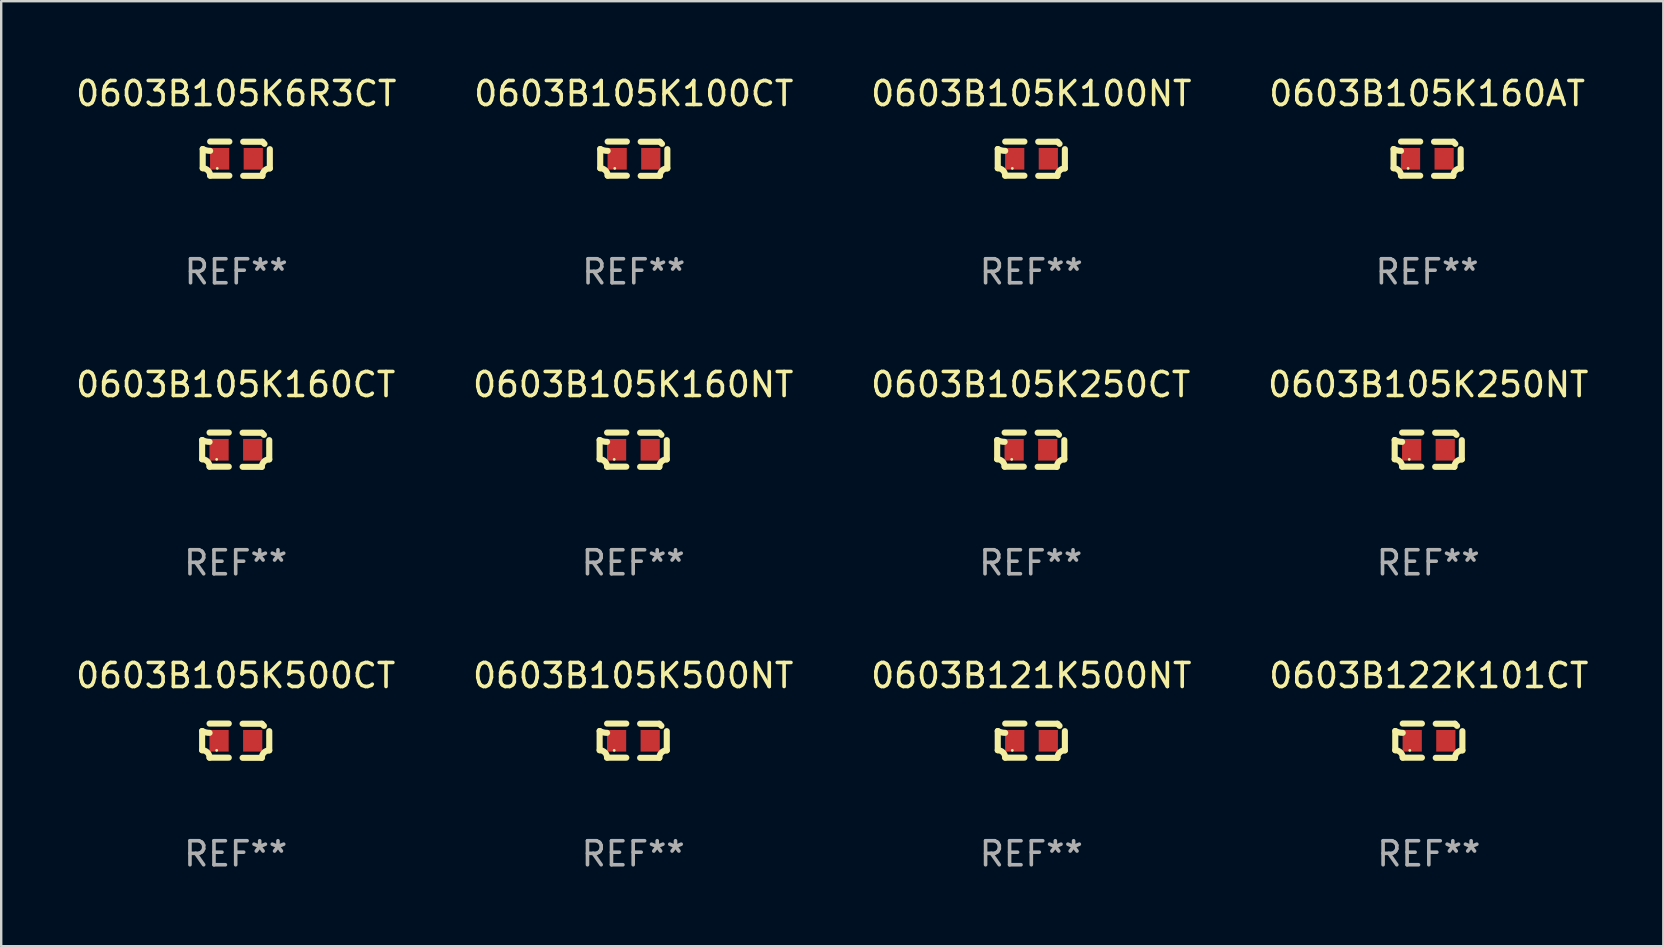
<source format=kicad_pcb>
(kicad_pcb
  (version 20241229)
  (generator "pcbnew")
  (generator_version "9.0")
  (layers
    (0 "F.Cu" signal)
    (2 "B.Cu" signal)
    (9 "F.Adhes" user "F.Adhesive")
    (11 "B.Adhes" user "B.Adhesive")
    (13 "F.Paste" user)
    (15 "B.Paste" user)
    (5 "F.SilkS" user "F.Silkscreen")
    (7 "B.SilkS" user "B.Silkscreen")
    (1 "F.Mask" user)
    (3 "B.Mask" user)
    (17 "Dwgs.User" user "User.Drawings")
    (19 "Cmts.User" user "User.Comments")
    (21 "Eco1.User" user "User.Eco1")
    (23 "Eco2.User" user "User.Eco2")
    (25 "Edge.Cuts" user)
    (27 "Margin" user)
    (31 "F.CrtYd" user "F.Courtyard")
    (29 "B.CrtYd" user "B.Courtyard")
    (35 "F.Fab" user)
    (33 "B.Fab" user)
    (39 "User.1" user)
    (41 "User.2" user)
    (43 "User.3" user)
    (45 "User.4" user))
  (footprint "0603B105K6R3CT"
    (layer "F.Cu")
    (at 6.792 3.561)
    (property "Reference" "0603B105K6R3CT" (at 0 -2.713 0) (layer "F.SilkS") (effects (font (size 1 1) (thickness 0.15))))
    (attr through_hole)
    (fp_line (start -1.398 -0.403) (end -1.398 0.397) (stroke (width 0.254) (type solid)) (layer "F.SilkS"))
    (fp_line (start -0.288 -0.713) (end -1.088 -0.713) (stroke (width 0.254) (type solid)) (layer "F.SilkS"))
    (fp_line (start -0.288 0.707) (end -1.088 0.707) (stroke (width 0.254) (type solid)) (layer "F.SilkS"))
    (fp_line (start 0.288 -0.707) (end 1.088 -0.707) (stroke (width 0.254) (type solid)) (layer "F.SilkS"))
    (fp_line (start 0.288 0.713) (end 1.088 0.713) (stroke (width 0.254) (type solid)) (layer "F.SilkS"))
    (fp_line (start 1.398 -0.397) (end 1.398 0.403) (stroke (width 0.254) (type solid)) (layer "F.SilkS"))
    (fp_arc (start -1.397789 0.397066) (mid -1.178701 0.487826) (end -1.08796 0.706922) (stroke (width 0.254001) (type solid)) (layer "F.SilkS"))
    (fp_arc (start -1.08796 -0.327176) (mid -1.247436 -0.346384) (end -1.39779 -0.402908) (stroke (width 0.254001) (type solid)) (layer "F.SilkS"))
    (fp_arc (start 1.087909 0.712738) (mid 1.178656 0.493655) (end 1.397739 0.402908) (stroke (width 0.254001) (type solid)) (layer "F.SilkS"))
    (fp_arc (start 1.175925 -0.618926) (mid 1.131917 -0.662923) (end 1.08791 -0.706922) (stroke (width 0.254001) (type solid)) (layer "F.SilkS"))
    (fp_circle (center -0.792 0.403) (end -0.762 0.403) (stroke (width 0.06) (type solid)) (fill no) (layer "F.SilkS"))
    (fp_text user "REF**" (at 0 4.713 0) (layer "F.Fab") (effects (font (size 1 1) (thickness 0.15))))
    (pad "1" smd rect (at -0.692 0.003) (size 0.8 0.9) (layers "F.Cu" "F.Mask" "F.Paste"))
    (pad "2" smd rect (at 0.708 0.003) (size 0.8 0.9) (layers "F.Cu" "F.Mask" "F.Paste")))
  (footprint "0603B122K101CT"
    (layer "F.Cu")
    (at 56.47 27.805)
    (property "Reference" "0603B122K101CT" (at 0 -2.713 0) (layer "F.SilkS") (effects (font (size 1 1) (thickness 0.15))))
    (attr through_hole)
    (fp_line (start -1.398 -0.403) (end -1.398 0.397) (stroke (width 0.254) (type solid)) (layer "F.SilkS"))
    (fp_line (start -0.288 -0.713) (end -1.088 -0.713) (stroke (width 0.254) (type solid)) (layer "F.SilkS"))
    (fp_line (start -0.288 0.707) (end -1.088 0.707) (stroke (width 0.254) (type solid)) (layer "F.SilkS"))
    (fp_line (start 0.288 -0.707) (end 1.088 -0.707) (stroke (width 0.254) (type solid)) (layer "F.SilkS"))
    (fp_line (start 0.288 0.713) (end 1.088 0.713) (stroke (width 0.254) (type solid)) (layer "F.SilkS"))
    (fp_line (start 1.398 -0.397) (end 1.398 0.403) (stroke (width 0.254) (type solid)) (layer "F.SilkS"))
    (fp_arc (start -1.397789 0.397066) (mid -1.178701 0.487826) (end -1.08796 0.706922) (stroke (width 0.254001) (type solid)) (layer "F.SilkS"))
    (fp_arc (start -1.08796 -0.327176) (mid -1.247436 -0.346384) (end -1.39779 -0.402908) (stroke (width 0.254001) (type solid)) (layer "F.SilkS"))
    (fp_arc (start 1.087909 0.712738) (mid 1.178656 0.493655) (end 1.397739 0.402908) (stroke (width 0.254001) (type solid)) (layer "F.SilkS"))
    (fp_arc (start 1.175925 -0.618926) (mid 1.131917 -0.662923) (end 1.08791 -0.706922) (stroke (width 0.254001) (type solid)) (layer "F.SilkS"))
    (fp_circle (center -0.792 0.403) (end -0.762 0.403) (stroke (width 0.06) (type solid)) (fill no) (layer "F.SilkS"))
    (fp_text user "REF**" (at 0 4.713 0) (layer "F.Fab") (effects (font (size 1 1) (thickness 0.15))))
    (pad "1" smd rect (at -0.692 0.003) (size 0.8 0.9) (layers "F.Cu" "F.Mask" "F.Paste"))
    (pad "2" smd rect (at 0.708 0.003) (size 0.8 0.9) (layers "F.Cu" "F.Mask" "F.Paste")))
  (footprint "0603B105K250NT"
    (layer "F.Cu")
    (at 56.446 15.683)
    (property "Reference" "0603B105K250NT" (at 0 -2.713 0) (layer "F.SilkS") (effects (font (size 1 1) (thickness 0.15))))
    (attr through_hole)
    (fp_line (start -1.398 -0.403) (end -1.398 0.397) (stroke (width 0.254) (type solid)) (layer "F.SilkS"))
    (fp_line (start -0.288 -0.713) (end -1.088 -0.713) (stroke (width 0.254) (type solid)) (layer "F.SilkS"))
    (fp_line (start -0.288 0.707) (end -1.088 0.707) (stroke (width 0.254) (type solid)) (layer "F.SilkS"))
    (fp_line (start 0.288 -0.707) (end 1.088 -0.707) (stroke (width 0.254) (type solid)) (layer "F.SilkS"))
    (fp_line (start 0.288 0.713) (end 1.088 0.713) (stroke (width 0.254) (type solid)) (layer "F.SilkS"))
    (fp_line (start 1.398 -0.397) (end 1.398 0.403) (stroke (width 0.254) (type solid)) (layer "F.SilkS"))
    (fp_arc (start -1.397789 0.397066) (mid -1.178701 0.487826) (end -1.08796 0.706922) (stroke (width 0.254001) (type solid)) (layer "F.SilkS"))
    (fp_arc (start -1.08796 -0.327176) (mid -1.247436 -0.346384) (end -1.39779 -0.402908) (stroke (width 0.254001) (type solid)) (layer "F.SilkS"))
    (fp_arc (start 1.087909 0.712738) (mid 1.178656 0.493655) (end 1.397739 0.402908) (stroke (width 0.254001) (type solid)) (layer "F.SilkS"))
    (fp_arc (start 1.175925 -0.618926) (mid 1.131917 -0.662923) (end 1.08791 -0.706922) (stroke (width 0.254001) (type solid)) (layer "F.SilkS"))
    (fp_circle (center -0.792 0.403) (end -0.762 0.403) (stroke (width 0.06) (type solid)) (fill no) (layer "F.SilkS"))
    (fp_text user "REF**" (at 0 4.713 0) (layer "F.Fab") (effects (font (size 1 1) (thickness 0.15))))
    (pad "1" smd rect (at -0.692 0.003) (size 0.8 0.9) (layers "F.Cu" "F.Mask" "F.Paste"))
    (pad "2" smd rect (at 0.708 0.003) (size 0.8 0.9) (layers "F.Cu" "F.Mask" "F.Paste")))
  (footprint "0603B105K160AT"
    (layer "F.Cu")
    (at 56.399 3.561)
    (property "Reference" "0603B105K160AT" (at 0 -2.713 0) (layer "F.SilkS") (effects (font (size 1 1) (thickness 0.15))))
    (attr through_hole)
    (fp_line (start -1.398 -0.403) (end -1.398 0.397) (stroke (width 0.254) (type solid)) (layer "F.SilkS"))
    (fp_line (start -0.288 -0.713) (end -1.088 -0.713) (stroke (width 0.254) (type solid)) (layer "F.SilkS"))
    (fp_line (start -0.288 0.707) (end -1.088 0.707) (stroke (width 0.254) (type solid)) (layer "F.SilkS"))
    (fp_line (start 0.288 -0.707) (end 1.088 -0.707) (stroke (width 0.254) (type solid)) (layer "F.SilkS"))
    (fp_line (start 0.288 0.713) (end 1.088 0.713) (stroke (width 0.254) (type solid)) (layer "F.SilkS"))
    (fp_line (start 1.398 -0.397) (end 1.398 0.403) (stroke (width 0.254) (type solid)) (layer "F.SilkS"))
    (fp_arc (start -1.397789 0.397066) (mid -1.178701 0.487826) (end -1.08796 0.706922) (stroke (width 0.254001) (type solid)) (layer "F.SilkS"))
    (fp_arc (start -1.08796 -0.327176) (mid -1.247436 -0.346384) (end -1.39779 -0.402908) (stroke (width 0.254001) (type solid)) (layer "F.SilkS"))
    (fp_arc (start 1.087909 0.712738) (mid 1.178656 0.493655) (end 1.397739 0.402908) (stroke (width 0.254001) (type solid)) (layer "F.SilkS"))
    (fp_arc (start 1.175925 -0.618926) (mid 1.131917 -0.662923) (end 1.08791 -0.706922) (stroke (width 0.254001) (type solid)) (layer "F.SilkS"))
    (fp_circle (center -0.792 0.403) (end -0.762 0.403) (stroke (width 0.06) (type solid)) (fill no) (layer "F.SilkS"))
    (fp_text user "REF**" (at 0 4.713 0) (layer "F.Fab") (effects (font (size 1 1) (thickness 0.15))))
    (pad "1" smd rect (at -0.692 0.003) (size 0.8 0.9) (layers "F.Cu" "F.Mask" "F.Paste"))
    (pad "2" smd rect (at 0.708 0.003) (size 0.8 0.9) (layers "F.Cu" "F.Mask" "F.Paste")))
  (footprint "0603B121K500NT"
    (layer "F.Cu")
    (at 39.911 27.805)
    (property "Reference" "0603B121K500NT" (at 0 -2.713 0) (layer "F.SilkS") (effects (font (size 1 1) (thickness 0.15))))
    (attr through_hole)
    (fp_line (start -1.398 -0.403) (end -1.398 0.397) (stroke (width 0.254) (type solid)) (layer "F.SilkS"))
    (fp_line (start -0.288 -0.713) (end -1.088 -0.713) (stroke (width 0.254) (type solid)) (layer "F.SilkS"))
    (fp_line (start -0.288 0.707) (end -1.088 0.707) (stroke (width 0.254) (type solid)) (layer "F.SilkS"))
    (fp_line (start 0.288 -0.707) (end 1.088 -0.707) (stroke (width 0.254) (type solid)) (layer "F.SilkS"))
    (fp_line (start 0.288 0.713) (end 1.088 0.713) (stroke (width 0.254) (type solid)) (layer "F.SilkS"))
    (fp_line (start 1.398 -0.397) (end 1.398 0.403) (stroke (width 0.254) (type solid)) (layer "F.SilkS"))
    (fp_arc (start -1.397789 0.397066) (mid -1.178701 0.487826) (end -1.08796 0.706922) (stroke (width 0.254001) (type solid)) (layer "F.SilkS"))
    (fp_arc (start -1.08796 -0.327176) (mid -1.247436 -0.346384) (end -1.39779 -0.402908) (stroke (width 0.254001) (type solid)) (layer "F.SilkS"))
    (fp_arc (start 1.087909 0.712738) (mid 1.178656 0.493655) (end 1.397739 0.402908) (stroke (width 0.254001) (type solid)) (layer "F.SilkS"))
    (fp_arc (start 1.175925 -0.618926) (mid 1.131917 -0.662923) (end 1.08791 -0.706922) (stroke (width 0.254001) (type solid)) (layer "F.SilkS"))
    (fp_circle (center -0.792 0.403) (end -0.762 0.403) (stroke (width 0.06) (type solid)) (fill no) (layer "F.SilkS"))
    (fp_text user "REF**" (at 0 4.713 0) (layer "F.Fab") (effects (font (size 1 1) (thickness 0.15))))
    (pad "1" smd rect (at -0.692 0.003) (size 0.8 0.9) (layers "F.Cu" "F.Mask" "F.Paste"))
    (pad "2" smd rect (at 0.708 0.003) (size 0.8 0.9) (layers "F.Cu" "F.Mask" "F.Paste")))
  (footprint "0603B105K160CT"
    (layer "F.Cu")
    (at 6.768 15.683)
    (property "Reference" "0603B105K160CT" (at 0 -2.713 0) (layer "F.SilkS") (effects (font (size 1 1) (thickness 0.15))))
    (attr through_hole)
    (fp_line (start -1.398 -0.403) (end -1.398 0.397) (stroke (width 0.254) (type solid)) (layer "F.SilkS"))
    (fp_line (start -0.288 -0.713) (end -1.088 -0.713) (stroke (width 0.254) (type solid)) (layer "F.SilkS"))
    (fp_line (start -0.288 0.707) (end -1.088 0.707) (stroke (width 0.254) (type solid)) (layer "F.SilkS"))
    (fp_line (start 0.288 -0.707) (end 1.088 -0.707) (stroke (width 0.254) (type solid)) (layer "F.SilkS"))
    (fp_line (start 0.288 0.713) (end 1.088 0.713) (stroke (width 0.254) (type solid)) (layer "F.SilkS"))
    (fp_line (start 1.398 -0.397) (end 1.398 0.403) (stroke (width 0.254) (type solid)) (layer "F.SilkS"))
    (fp_arc (start -1.397789 0.397066) (mid -1.178701 0.487826) (end -1.08796 0.706922) (stroke (width 0.254001) (type solid)) (layer "F.SilkS"))
    (fp_arc (start -1.08796 -0.327176) (mid -1.247436 -0.346384) (end -1.39779 -0.402908) (stroke (width 0.254001) (type solid)) (layer "F.SilkS"))
    (fp_arc (start 1.087909 0.712738) (mid 1.178656 0.493655) (end 1.397739 0.402908) (stroke (width 0.254001) (type solid)) (layer "F.SilkS"))
    (fp_arc (start 1.175925 -0.618926) (mid 1.131917 -0.662923) (end 1.08791 -0.706922) (stroke (width 0.254001) (type solid)) (layer "F.SilkS"))
    (fp_circle (center -0.792 0.403) (end -0.762 0.403) (stroke (width 0.06) (type solid)) (fill no) (layer "F.SilkS"))
    (fp_text user "REF**" (at 0 4.713 0) (layer "F.Fab") (effects (font (size 1 1) (thickness 0.15))))
    (pad "1" smd rect (at -0.692 0.003) (size 0.8 0.9) (layers "F.Cu" "F.Mask" "F.Paste"))
    (pad "2" smd rect (at 0.708 0.003) (size 0.8 0.9) (layers "F.Cu" "F.Mask" "F.Paste")))
  (footprint "0603B105K250CT"
    (layer "F.Cu")
    (at 39.887 15.683)
    (property "Reference" "0603B105K250CT" (at 0 -2.713 0) (layer "F.SilkS") (effects (font (size 1 1) (thickness 0.15))))
    (attr through_hole)
    (fp_line (start -1.398 -0.403) (end -1.398 0.397) (stroke (width 0.254) (type solid)) (layer "F.SilkS"))
    (fp_line (start -0.288 -0.713) (end -1.088 -0.713) (stroke (width 0.254) (type solid)) (layer "F.SilkS"))
    (fp_line (start -0.288 0.707) (end -1.088 0.707) (stroke (width 0.254) (type solid)) (layer "F.SilkS"))
    (fp_line (start 0.288 -0.707) (end 1.088 -0.707) (stroke (width 0.254) (type solid)) (layer "F.SilkS"))
    (fp_line (start 0.288 0.713) (end 1.088 0.713) (stroke (width 0.254) (type solid)) (layer "F.SilkS"))
    (fp_line (start 1.398 -0.397) (end 1.398 0.403) (stroke (width 0.254) (type solid)) (layer "F.SilkS"))
    (fp_arc (start -1.397789 0.397066) (mid -1.178701 0.487826) (end -1.08796 0.706922) (stroke (width 0.254001) (type solid)) (layer "F.SilkS"))
    (fp_arc (start -1.08796 -0.327176) (mid -1.247436 -0.346384) (end -1.39779 -0.402908) (stroke (width 0.254001) (type solid)) (layer "F.SilkS"))
    (fp_arc (start 1.087909 0.712738) (mid 1.178656 0.493655) (end 1.397739 0.402908) (stroke (width 0.254001) (type solid)) (layer "F.SilkS"))
    (fp_arc (start 1.175925 -0.618926) (mid 1.131917 -0.662923) (end 1.08791 -0.706922) (stroke (width 0.254001) (type solid)) (layer "F.SilkS"))
    (fp_circle (center -0.792 0.403) (end -0.762 0.403) (stroke (width 0.06) (type solid)) (fill no) (layer "F.SilkS"))
    (fp_text user "REF**" (at 0 4.713 0) (layer "F.Fab") (effects (font (size 1 1) (thickness 0.15))))
    (pad "1" smd rect (at -0.692 0.003) (size 0.8 0.9) (layers "F.Cu" "F.Mask" "F.Paste"))
    (pad "2" smd rect (at 0.708 0.003) (size 0.8 0.9) (layers "F.Cu" "F.Mask" "F.Paste")))
  (footprint "0603B105K160NT"
    (layer "F.Cu")
    (at 23.327 15.683)
    (property "Reference" "0603B105K160NT" (at 0 -2.713 0) (layer "F.SilkS") (effects (font (size 1 1) (thickness 0.15))))
    (attr through_hole)
    (fp_line (start -1.398 -0.403) (end -1.398 0.397) (stroke (width 0.254) (type solid)) (layer "F.SilkS"))
    (fp_line (start -0.288 -0.713) (end -1.088 -0.713) (stroke (width 0.254) (type solid)) (layer "F.SilkS"))
    (fp_line (start -0.288 0.707) (end -1.088 0.707) (stroke (width 0.254) (type solid)) (layer "F.SilkS"))
    (fp_line (start 0.288 -0.707) (end 1.088 -0.707) (stroke (width 0.254) (type solid)) (layer "F.SilkS"))
    (fp_line (start 0.288 0.713) (end 1.088 0.713) (stroke (width 0.254) (type solid)) (layer "F.SilkS"))
    (fp_line (start 1.398 -0.397) (end 1.398 0.403) (stroke (width 0.254) (type solid)) (layer "F.SilkS"))
    (fp_arc (start -1.397789 0.397066) (mid -1.178701 0.487826) (end -1.08796 0.706922) (stroke (width 0.254001) (type solid)) (layer "F.SilkS"))
    (fp_arc (start -1.08796 -0.327176) (mid -1.247436 -0.346384) (end -1.39779 -0.402908) (stroke (width 0.254001) (type solid)) (layer "F.SilkS"))
    (fp_arc (start 1.087909 0.712738) (mid 1.178656 0.493655) (end 1.397739 0.402908) (stroke (width 0.254001) (type solid)) (layer "F.SilkS"))
    (fp_arc (start 1.175925 -0.618926) (mid 1.131917 -0.662923) (end 1.08791 -0.706922) (stroke (width 0.254001) (type solid)) (layer "F.SilkS"))
    (fp_circle (center -0.792 0.403) (end -0.762 0.403) (stroke (width 0.06) (type solid)) (fill no) (layer "F.SilkS"))
    (fp_text user "REF**" (at 0 4.713 0) (layer "F.Fab") (effects (font (size 1 1) (thickness 0.15))))
    (pad "1" smd rect (at -0.692 0.003) (size 0.8 0.9) (layers "F.Cu" "F.Mask" "F.Paste"))
    (pad "2" smd rect (at 0.708 0.003) (size 0.8 0.9) (layers "F.Cu" "F.Mask" "F.Paste")))
  (footprint "0603B105K100NT"
    (layer "F.Cu")
    (at 39.911 3.561)
    (property "Reference" "0603B105K100NT" (at 0 -2.713 0) (layer "F.SilkS") (effects (font (size 1 1) (thickness 0.15))))
    (attr through_hole)
    (fp_line (start -1.398 -0.403) (end -1.398 0.397) (stroke (width 0.254) (type solid)) (layer "F.SilkS"))
    (fp_line (start -0.288 -0.713) (end -1.088 -0.713) (stroke (width 0.254) (type solid)) (layer "F.SilkS"))
    (fp_line (start -0.288 0.707) (end -1.088 0.707) (stroke (width 0.254) (type solid)) (layer "F.SilkS"))
    (fp_line (start 0.288 -0.707) (end 1.088 -0.707) (stroke (width 0.254) (type solid)) (layer "F.SilkS"))
    (fp_line (start 0.288 0.713) (end 1.088 0.713) (stroke (width 0.254) (type solid)) (layer "F.SilkS"))
    (fp_line (start 1.398 -0.397) (end 1.398 0.403) (stroke (width 0.254) (type solid)) (layer "F.SilkS"))
    (fp_arc (start -1.397789 0.397066) (mid -1.178701 0.487826) (end -1.08796 0.706922) (stroke (width 0.254001) (type solid)) (layer "F.SilkS"))
    (fp_arc (start -1.08796 -0.327176) (mid -1.247436 -0.346384) (end -1.39779 -0.402908) (stroke (width 0.254001) (type solid)) (layer "F.SilkS"))
    (fp_arc (start 1.087909 0.712738) (mid 1.178656 0.493655) (end 1.397739 0.402908) (stroke (width 0.254001) (type solid)) (layer "F.SilkS"))
    (fp_arc (start 1.175925 -0.618926) (mid 1.131917 -0.662923) (end 1.08791 -0.706922) (stroke (width 0.254001) (type solid)) (layer "F.SilkS"))
    (fp_circle (center -0.792 0.403) (end -0.762 0.403) (stroke (width 0.06) (type solid)) (fill no) (layer "F.SilkS"))
    (fp_text user "REF**" (at 0 4.713 0) (layer "F.Fab") (effects (font (size 1 1) (thickness 0.15))))
    (pad "1" smd rect (at -0.692 0.003) (size 0.8 0.9) (layers "F.Cu" "F.Mask" "F.Paste"))
    (pad "2" smd rect (at 0.708 0.003) (size 0.8 0.9) (layers "F.Cu" "F.Mask" "F.Paste")))
  (footprint "0603B105K100CT"
    (layer "F.Cu")
    (at 23.351 3.561)
    (property "Reference" "0603B105K100CT" (at 0 -2.713 0) (layer "F.SilkS") (effects (font (size 1 1) (thickness 0.15))))
    (attr through_hole)
    (fp_line (start -1.398 -0.403) (end -1.398 0.397) (stroke (width 0.254) (type solid)) (layer "F.SilkS"))
    (fp_line (start -0.288 -0.713) (end -1.088 -0.713) (stroke (width 0.254) (type solid)) (layer "F.SilkS"))
    (fp_line (start -0.288 0.707) (end -1.088 0.707) (stroke (width 0.254) (type solid)) (layer "F.SilkS"))
    (fp_line (start 0.288 -0.707) (end 1.088 -0.707) (stroke (width 0.254) (type solid)) (layer "F.SilkS"))
    (fp_line (start 0.288 0.713) (end 1.088 0.713) (stroke (width 0.254) (type solid)) (layer "F.SilkS"))
    (fp_line (start 1.398 -0.397) (end 1.398 0.403) (stroke (width 0.254) (type solid)) (layer "F.SilkS"))
    (fp_arc (start -1.397789 0.397066) (mid -1.178701 0.487826) (end -1.08796 0.706922) (stroke (width 0.254001) (type solid)) (layer "F.SilkS"))
    (fp_arc (start -1.08796 -0.327176) (mid -1.247436 -0.346384) (end -1.39779 -0.402908) (stroke (width 0.254001) (type solid)) (layer "F.SilkS"))
    (fp_arc (start 1.087909 0.712738) (mid 1.178656 0.493655) (end 1.397739 0.402908) (stroke (width 0.254001) (type solid)) (layer "F.SilkS"))
    (fp_arc (start 1.175925 -0.618926) (mid 1.131917 -0.662923) (end 1.08791 -0.706922) (stroke (width 0.254001) (type solid)) (layer "F.SilkS"))
    (fp_circle (center -0.792 0.403) (end -0.762 0.403) (stroke (width 0.06) (type solid)) (fill no) (layer "F.SilkS"))
    (fp_text user "REF**" (at 0 4.713 0) (layer "F.Fab") (effects (font (size 1 1) (thickness 0.15))))
    (pad "1" smd rect (at -0.692 0.003) (size 0.8 0.9) (layers "F.Cu" "F.Mask" "F.Paste"))
    (pad "2" smd rect (at 0.708 0.003) (size 0.8 0.9) (layers "F.Cu" "F.Mask" "F.Paste")))
  (footprint "0603B105K500NT"
    (layer "F.Cu")
    (at 23.327 27.805)
    (property "Reference" "0603B105K500NT" (at 0 -2.713 0) (layer "F.SilkS") (effects (font (size 1 1) (thickness 0.15))))
    (attr through_hole)
    (fp_line (start -1.398 -0.403) (end -1.398 0.397) (stroke (width 0.254) (type solid)) (layer "F.SilkS"))
    (fp_line (start -0.288 -0.713) (end -1.088 -0.713) (stroke (width 0.254) (type solid)) (layer "F.SilkS"))
    (fp_line (start -0.288 0.707) (end -1.088 0.707) (stroke (width 0.254) (type solid)) (layer "F.SilkS"))
    (fp_line (start 0.288 -0.707) (end 1.088 -0.707) (stroke (width 0.254) (type solid)) (layer "F.SilkS"))
    (fp_line (start 0.288 0.713) (end 1.088 0.713) (stroke (width 0.254) (type solid)) (layer "F.SilkS"))
    (fp_line (start 1.398 -0.397) (end 1.398 0.403) (stroke (width 0.254) (type solid)) (layer "F.SilkS"))
    (fp_arc (start -1.397789 0.397066) (mid -1.178701 0.487826) (end -1.08796 0.706922) (stroke (width 0.254001) (type solid)) (layer "F.SilkS"))
    (fp_arc (start -1.08796 -0.327176) (mid -1.247436 -0.346384) (end -1.39779 -0.402908) (stroke (width 0.254001) (type solid)) (layer "F.SilkS"))
    (fp_arc (start 1.087909 0.712738) (mid 1.178656 0.493655) (end 1.397739 0.402908) (stroke (width 0.254001) (type solid)) (layer "F.SilkS"))
    (fp_arc (start 1.175925 -0.618926) (mid 1.131917 -0.662923) (end 1.08791 -0.706922) (stroke (width 0.254001) (type solid)) (layer "F.SilkS"))
    (fp_circle (center -0.792 0.403) (end -0.762 0.403) (stroke (width 0.06) (type solid)) (fill no) (layer "F.SilkS"))
    (fp_text user "REF**" (at 0 4.713 0) (layer "F.Fab") (effects (font (size 1 1) (thickness 0.15))))
    (pad "1" smd rect (at -0.692 0.003) (size 0.8 0.9) (layers "F.Cu" "F.Mask" "F.Paste"))
    (pad "2" smd rect (at 0.708 0.003) (size 0.8 0.9) (layers "F.Cu" "F.Mask" "F.Paste")))
  (footprint "0603B105K500CT"
    (layer "F.Cu")
    (at 6.768 27.805)
    (property "Reference" "0603B105K500CT" (at 0 -2.713 0) (layer "F.SilkS") (effects (font (size 1 1) (thickness 0.15))))
    (attr through_hole)
    (fp_line (start -1.398 -0.403) (end -1.398 0.397) (stroke (width 0.254) (type solid)) (layer "F.SilkS"))
    (fp_line (start -0.288 -0.713) (end -1.088 -0.713) (stroke (width 0.254) (type solid)) (layer "F.SilkS"))
    (fp_line (start -0.288 0.707) (end -1.088 0.707) (stroke (width 0.254) (type solid)) (layer "F.SilkS"))
    (fp_line (start 0.288 -0.707) (end 1.088 -0.707) (stroke (width 0.254) (type solid)) (layer "F.SilkS"))
    (fp_line (start 0.288 0.713) (end 1.088 0.713) (stroke (width 0.254) (type solid)) (layer "F.SilkS"))
    (fp_line (start 1.398 -0.397) (end 1.398 0.403) (stroke (width 0.254) (type solid)) (layer "F.SilkS"))
    (fp_arc (start -1.397789 0.397066) (mid -1.178701 0.487826) (end -1.08796 0.706922) (stroke (width 0.254001) (type solid)) (layer "F.SilkS"))
    (fp_arc (start -1.08796 -0.327176) (mid -1.247436 -0.346384) (end -1.39779 -0.402908) (stroke (width 0.254001) (type solid)) (layer "F.SilkS"))
    (fp_arc (start 1.087909 0.712738) (mid 1.178656 0.493655) (end 1.397739 0.402908) (stroke (width 0.254001) (type solid)) (layer "F.SilkS"))
    (fp_arc (start 1.175925 -0.618926) (mid 1.131917 -0.662923) (end 1.08791 -0.706922) (stroke (width 0.254001) (type solid)) (layer "F.SilkS"))
    (fp_circle (center -0.792 0.403) (end -0.762 0.403) (stroke (width 0.06) (type solid)) (fill no) (layer "F.SilkS"))
    (fp_text user "REF**" (at 0 4.713 0) (layer "F.Fab") (effects (font (size 1 1) (thickness 0.15))))
    (pad "1" smd rect (at -0.692 0.003) (size 0.8 0.9) (layers "F.Cu" "F.Mask" "F.Paste"))
    (pad "2" smd rect (at 0.708 0.003) (size 0.8 0.9) (layers "F.Cu" "F.Mask" "F.Paste")))
  (gr_rect
    (start -3 -3)
    (end 66.238 36.366)
    (stroke (width 0.1) (type default))
    (fill no)
    (layer "Edge.Cuts")))
</source>
